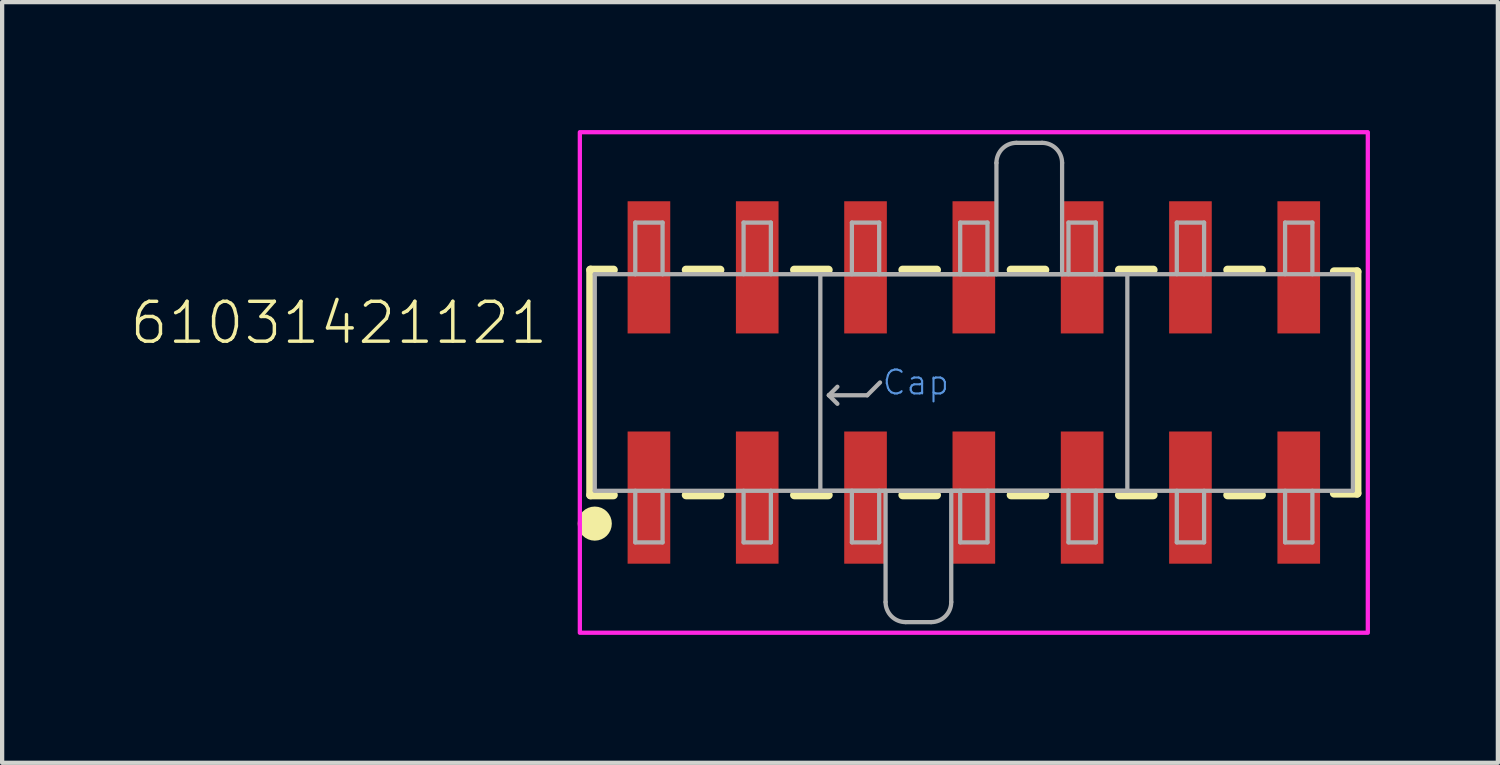
<source format=kicad_pcb>
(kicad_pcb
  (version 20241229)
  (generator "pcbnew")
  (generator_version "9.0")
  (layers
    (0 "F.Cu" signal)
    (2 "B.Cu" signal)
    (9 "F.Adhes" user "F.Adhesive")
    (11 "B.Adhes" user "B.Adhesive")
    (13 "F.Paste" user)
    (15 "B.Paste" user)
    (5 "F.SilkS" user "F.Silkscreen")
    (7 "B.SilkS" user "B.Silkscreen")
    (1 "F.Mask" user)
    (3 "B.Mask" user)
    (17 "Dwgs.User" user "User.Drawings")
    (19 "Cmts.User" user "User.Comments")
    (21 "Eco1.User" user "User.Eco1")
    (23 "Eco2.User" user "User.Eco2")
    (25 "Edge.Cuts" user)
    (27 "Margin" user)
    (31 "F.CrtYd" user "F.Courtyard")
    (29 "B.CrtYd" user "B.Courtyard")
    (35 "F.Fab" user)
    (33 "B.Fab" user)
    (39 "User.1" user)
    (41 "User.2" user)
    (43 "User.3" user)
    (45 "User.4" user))
  (footprint "61031421121"
    (layer "F.Cu")
    (at 19.789 5.92)
    (property "Reference" "61031421121" (at -9.94 -0.85 0) (unlocked yes) (layer "F.SilkS") (effects (font (size 0.935 0.935) (thickness 0.081)) (justify right bottom)))
    (fp_line (start -8.99 -2.64) (end -8.99 2.64) (stroke (width 0.2) (type solid)) (layer "F.SilkS"))
    (fp_line (start -8.99 2.64) (end -8.45 2.64) (stroke (width 0.2) (type solid)) (layer "F.SilkS"))
    (fp_line (start -8.45 -2.64) (end -8.99 -2.64) (stroke (width 0.2) (type solid)) (layer "F.SilkS"))
    (fp_line (start -6.75 2.64) (end -5.95 2.64) (stroke (width 0.2) (type solid)) (layer "F.SilkS"))
    (fp_line (start -5.95 -2.64) (end -6.75 -2.64) (stroke (width 0.2) (type solid)) (layer "F.SilkS"))
    (fp_line (start -4.21 2.64) (end -3.41 2.64) (stroke (width 0.2) (type solid)) (layer "F.SilkS"))
    (fp_line (start -3.41 -2.64) (end -4.21 -2.64) (stroke (width 0.2) (type solid)) (layer "F.SilkS"))
    (fp_line (start -1.67 2.64) (end -0.87 2.64) (stroke (width 0.2) (type solid)) (layer "F.SilkS"))
    (fp_line (start -0.87 -2.64) (end -1.67 -2.64) (stroke (width 0.2) (type solid)) (layer "F.SilkS"))
    (fp_line (start 0.87 2.64) (end 1.67 2.64) (stroke (width 0.2) (type solid)) (layer "F.SilkS"))
    (fp_line (start 1.67 -2.64) (end 0.87 -2.64) (stroke (width 0.2) (type solid)) (layer "F.SilkS"))
    (fp_line (start 3.41 2.64) (end 4.21 2.64) (stroke (width 0.2) (type solid)) (layer "F.SilkS"))
    (fp_line (start 4.21 -2.64) (end 3.41 -2.64) (stroke (width 0.2) (type solid)) (layer "F.SilkS"))
    (fp_line (start 5.95 2.64) (end 6.75 2.64) (stroke (width 0.2) (type solid)) (layer "F.SilkS"))
    (fp_line (start 6.75 -2.64) (end 5.95 -2.64) (stroke (width 0.2) (type solid)) (layer "F.SilkS"))
    (fp_line (start 8.45 -2.6) (end 8.99 -2.6) (stroke (width 0.2) (type solid)) (layer "F.SilkS"))
    (fp_line (start 8.99 -2.6) (end 8.99 2.6) (stroke (width 0.2) (type solid)) (layer "F.SilkS"))
    (fp_line (start 8.99 2.6) (end 8.45 2.6) (stroke (width 0.2) (type solid)) (layer "F.SilkS"))
    (fp_circle (center -8.89 3.31) (end -8.69 3.31) (stroke (width 0.4) (type solid)) (fill no) (layer "F.SilkS"))
    (fp_poly (pts (xy 9.24 5.87) (xy -9.24 5.87) (xy -9.24 -5.87) (xy 9.24 -5.87)) (stroke (width 0.1) (type default)) (fill no) (layer "F.CrtYd"))
    (fp_line (start -8.89 -2.54) (end -8.89 2.54) (stroke (width 0.1) (type solid)) (layer "F.Fab"))
    (fp_line (start -8.89 2.54) (end 8.89 2.54) (stroke (width 0.1) (type solid)) (layer "F.Fab"))
    (fp_line (start -7.94 -3.75) (end -7.3 -3.75) (stroke (width 0.1) (type solid)) (layer "F.Fab"))
    (fp_line (start -7.94 -2.54) (end -8.89 -2.54) (stroke (width 0.1) (type solid)) (layer "F.Fab"))
    (fp_line (start -7.94 -2.54) (end -7.94 -3.75) (stroke (width 0.1) (type solid)) (layer "F.Fab"))
    (fp_line (start -7.94 3.75) (end -7.94 2.54) (stroke (width 0.1) (type solid)) (layer "F.Fab"))
    (fp_line (start -7.3 -3.75) (end -7.3 -2.54) (stroke (width 0.1) (type solid)) (layer "F.Fab"))
    (fp_line (start -7.3 -2.54) (end -7.94 -2.54) (stroke (width 0.1) (type solid)) (layer "F.Fab"))
    (fp_line (start -7.3 2.54) (end -7.3 3.75) (stroke (width 0.1) (type solid)) (layer "F.Fab"))
    (fp_line (start -7.3 3.75) (end -7.94 3.75) (stroke (width 0.1) (type solid)) (layer "F.Fab"))
    (fp_line (start -5.4 -3.75) (end -4.76 -3.75) (stroke (width 0.1) (type solid)) (layer "F.Fab"))
    (fp_line (start -5.4 -2.54) (end -5.4 -3.75) (stroke (width 0.1) (type solid)) (layer "F.Fab"))
    (fp_line (start -5.4 3.75) (end -5.4 2.54) (stroke (width 0.1) (type solid)) (layer "F.Fab"))
    (fp_line (start -4.76 -3.75) (end -4.76 -2.54) (stroke (width 0.1) (type solid)) (layer "F.Fab"))
    (fp_line (start -4.76 2.54) (end -4.76 3.75) (stroke (width 0.1) (type solid)) (layer "F.Fab"))
    (fp_line (start -4.76 3.75) (end -5.4 3.75) (stroke (width 0.1) (type solid)) (layer "F.Fab"))
    (fp_line (start -3.6 -2.54) (end 3.6 -2.54) (stroke (width 0.1) (type solid)) (layer "F.Fab"))
    (fp_line (start -3.6 2.54) (end -3.6 -2.54) (stroke (width 0.1) (type solid)) (layer "F.Fab"))
    (fp_line (start -3.4 0.3) (end -3.2 0.1) (stroke (width 0.1) (type solid)) (layer "F.Fab"))
    (fp_line (start -3.4 0.3) (end -3.2 0.5) (stroke (width 0.1) (type solid)) (layer "F.Fab"))
    (fp_line (start -2.86 -3.75) (end -2.22 -3.75) (stroke (width 0.1) (type solid)) (layer "F.Fab"))
    (fp_line (start -2.86 -2.54) (end -2.86 -3.75) (stroke (width 0.1) (type solid)) (layer "F.Fab"))
    (fp_line (start -2.86 3.75) (end -2.86 2.54) (stroke (width 0.1) (type solid)) (layer "F.Fab"))
    (fp_line (start -2.5 0.3) (end -3.4 0.3) (stroke (width 0.1) (type solid)) (layer "F.Fab"))
    (fp_line (start -2.22 -3.75) (end -2.22 -2.54) (stroke (width 0.1) (type solid)) (layer "F.Fab"))
    (fp_line (start -2.22 2.54) (end -2.22 3.75) (stroke (width 0.1) (type solid)) (layer "F.Fab"))
    (fp_line (start -2.22 3.75) (end -2.86 3.75) (stroke (width 0.1) (type solid)) (layer "F.Fab"))
    (fp_line (start -2.2 0) (end -2.5 0.3) (stroke (width 0.1) (type solid)) (layer "F.Fab"))
    (fp_line (start -2.07 5.15) (end -2.07 2.54) (stroke (width 0.1) (type solid)) (layer "F.Fab"))
    (fp_line (start -1 5.62) (end -1.6 5.62) (stroke (width 0.1) (type solid)) (layer "F.Fab"))
    (fp_line (start -0.53 2.54) (end -0.53 5.15) (stroke (width 0.1) (type solid)) (layer "F.Fab"))
    (fp_line (start -0.32 -3.75) (end 0.32 -3.75) (stroke (width 0.1) (type solid)) (layer "F.Fab"))
    (fp_line (start -0.32 -2.54) (end -0.32 -3.75) (stroke (width 0.1) (type solid)) (layer "F.Fab"))
    (fp_line (start -0.32 3.75) (end -0.32 2.54) (stroke (width 0.1) (type solid)) (layer "F.Fab"))
    (fp_line (start 0.32 -3.75) (end 0.32 -2.54) (stroke (width 0.1) (type solid)) (layer "F.Fab"))
    (fp_line (start 0.32 2.54) (end 0.32 3.75) (stroke (width 0.1) (type solid)) (layer "F.Fab"))
    (fp_line (start 0.32 3.75) (end -0.32 3.75) (stroke (width 0.1) (type solid)) (layer "F.Fab"))
    (fp_line (start 0.53 -2.54) (end 0.53 -5.15) (stroke (width 0.1) (type solid)) (layer "F.Fab"))
    (fp_line (start 1 -5.62) (end 1.6 -5.62) (stroke (width 0.1) (type solid)) (layer "F.Fab"))
    (fp_line (start 2.07 -5.15) (end 2.07 -2.54) (stroke (width 0.1) (type solid)) (layer "F.Fab"))
    (fp_line (start 2.22 -3.75) (end 2.86 -3.75) (stroke (width 0.1) (type solid)) (layer "F.Fab"))
    (fp_line (start 2.22 -2.54) (end 2.22 -3.75) (stroke (width 0.1) (type solid)) (layer "F.Fab"))
    (fp_line (start 2.22 3.75) (end 2.22 2.54) (stroke (width 0.1) (type solid)) (layer "F.Fab"))
    (fp_line (start 2.86 -3.75) (end 2.86 -2.54) (stroke (width 0.1) (type solid)) (layer "F.Fab"))
    (fp_line (start 2.86 2.54) (end 2.86 3.75) (stroke (width 0.1) (type solid)) (layer "F.Fab"))
    (fp_line (start 2.86 3.75) (end 2.22 3.75) (stroke (width 0.1) (type solid)) (layer "F.Fab"))
    (fp_line (start 3.6 -2.54) (end 3.6 2.54) (stroke (width 0.1) (type solid)) (layer "F.Fab"))
    (fp_line (start 3.6 2.54) (end -3.6 2.54) (stroke (width 0.1) (type solid)) (layer "F.Fab"))
    (fp_line (start 4.76 -3.75) (end 5.4 -3.75) (stroke (width 0.1) (type solid)) (layer "F.Fab"))
    (fp_line (start 4.76 -2.54) (end 4.76 -3.75) (stroke (width 0.1) (type solid)) (layer "F.Fab"))
    (fp_line (start 4.76 3.75) (end 4.76 2.54) (stroke (width 0.1) (type solid)) (layer "F.Fab"))
    (fp_line (start 5.4 -3.75) (end 5.4 -2.54) (stroke (width 0.1) (type solid)) (layer "F.Fab"))
    (fp_line (start 5.4 2.54) (end 5.4 3.75) (stroke (width 0.1) (type solid)) (layer "F.Fab"))
    (fp_line (start 5.4 3.75) (end 4.76 3.75) (stroke (width 0.1) (type solid)) (layer "F.Fab"))
    (fp_line (start 7.3 -3.75) (end 7.94 -3.75) (stroke (width 0.1) (type solid)) (layer "F.Fab"))
    (fp_line (start 7.3 -2.54) (end 7.3 -3.75) (stroke (width 0.1) (type solid)) (layer "F.Fab"))
    (fp_line (start 7.3 3.75) (end 7.3 2.54) (stroke (width 0.1) (type solid)) (layer "F.Fab"))
    (fp_line (start 7.94 -3.75) (end 7.94 -2.54) (stroke (width 0.1) (type solid)) (layer "F.Fab"))
    (fp_line (start 7.94 2.54) (end 7.94 3.75) (stroke (width 0.1) (type solid)) (layer "F.Fab"))
    (fp_line (start 7.94 3.75) (end 7.3 3.75) (stroke (width 0.1) (type solid)) (layer "F.Fab"))
    (fp_line (start 8.89 -2.54) (end -7.3 -2.54) (stroke (width 0.1) (type solid)) (layer "F.Fab"))
    (fp_line (start 8.89 2.54) (end 8.89 -2.54) (stroke (width 0.1) (type solid)) (layer "F.Fab"))
    (fp_arc (start -1.6 5.62) (mid -1.93234 5.48234) (end -2.07 5.15) (stroke (width 0.1) (type solid)) (layer "F.Fab"))
    (fp_arc (start -0.53 5.15) (mid -0.66766 5.48234) (end -1 5.62) (stroke (width 0.1) (type solid)) (layer "F.Fab"))
    (fp_arc (start 0.53 -5.15) (mid 0.66766 -5.48234) (end 1 -5.62) (stroke (width 0.1) (type solid)) (layer "F.Fab"))
    (fp_arc (start 1.6 -5.62) (mid 1.93234 -5.48234) (end 2.07 -5.15) (stroke (width 0.1) (type solid)) (layer "F.Fab"))
    (fp_text user "Cap" (at -1.36 0 0) (unlocked yes) (layer "Cmts.User") (effects (font (size 0.561 0.561) (thickness 0.049))))
    (pad "1" smd rect (at -7.62 2.7 90) (size 3.1 1) (layers "F.Cu" "F.Mask" "F.Paste"))
    (pad "2" smd rect (at -7.62 -2.7 90) (size 3.1 1) (layers "F.Cu" "F.Mask" "F.Paste"))
    (pad "3" smd rect (at -5.08 2.7 90) (size 3.1 1) (layers "F.Cu" "F.Mask" "F.Paste"))
    (pad "4" smd rect (at -5.08 -2.7 90) (size 3.1 1) (layers "F.Cu" "F.Mask" "F.Paste"))
    (pad "5" smd rect (at -2.54 2.7 90) (size 3.1 1) (layers "F.Cu" "F.Mask" "F.Paste"))
    (pad "6" smd rect (at -2.54 -2.7 90) (size 3.1 1) (layers "F.Cu" "F.Mask" "F.Paste"))
    (pad "7" smd rect (at 0 2.7 90) (size 3.1 1) (layers "F.Cu" "F.Mask" "F.Paste"))
    (pad "8" smd rect (at 0 -2.7 90) (size 3.1 1) (layers "F.Cu" "F.Mask" "F.Paste"))
    (pad "9" smd rect (at 2.54 2.7 90) (size 3.1 1) (layers "F.Cu" "F.Mask" "F.Paste"))
    (pad "10" smd rect (at 2.54 -2.7 90) (size 3.1 1) (layers "F.Cu" "F.Mask" "F.Paste"))
    (pad "11" smd rect (at 5.08 2.7 90) (size 3.1 1) (layers "F.Cu" "F.Mask" "F.Paste"))
    (pad "12" smd rect (at 5.08 -2.7 90) (size 3.1 1) (layers "F.Cu" "F.Mask" "F.Paste"))
    (pad "13" smd rect (at 7.62 2.7 90) (size 3.1 1) (layers "F.Cu" "F.Mask" "F.Paste"))
    (pad "14" smd rect (at 7.62 -2.7 90) (size 3.1 1) (layers "F.Cu" "F.Mask" "F.Paste")))
  (gr_rect
    (start -3 -3)
    (end 32.079 14.84)
    (stroke (width 0.1) (type default))
    (fill no)
    (layer "Edge.Cuts")))
</source>
